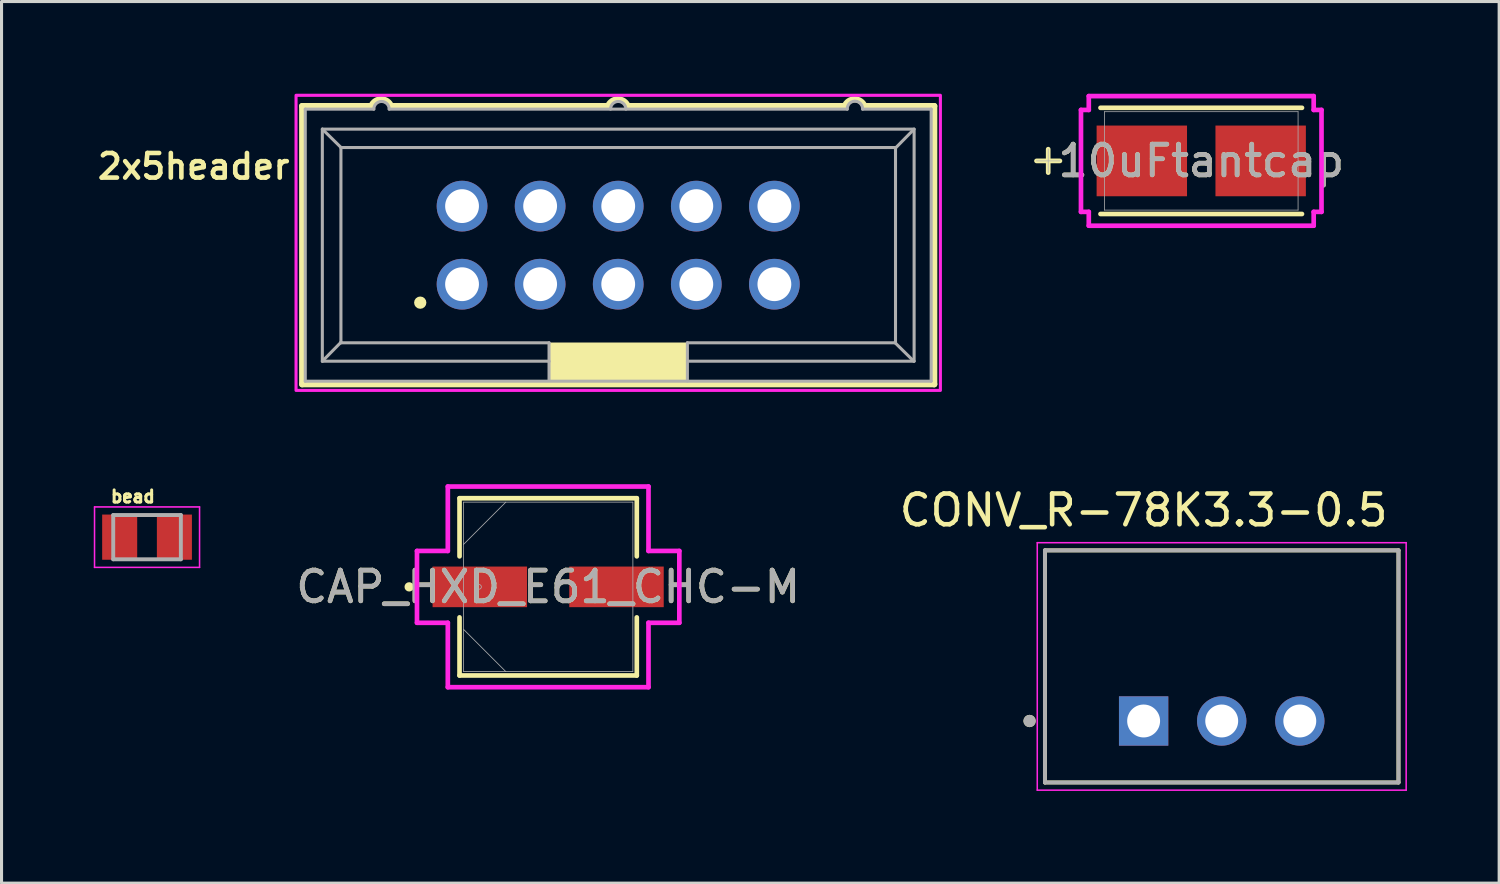
<source format=kicad_pcb>
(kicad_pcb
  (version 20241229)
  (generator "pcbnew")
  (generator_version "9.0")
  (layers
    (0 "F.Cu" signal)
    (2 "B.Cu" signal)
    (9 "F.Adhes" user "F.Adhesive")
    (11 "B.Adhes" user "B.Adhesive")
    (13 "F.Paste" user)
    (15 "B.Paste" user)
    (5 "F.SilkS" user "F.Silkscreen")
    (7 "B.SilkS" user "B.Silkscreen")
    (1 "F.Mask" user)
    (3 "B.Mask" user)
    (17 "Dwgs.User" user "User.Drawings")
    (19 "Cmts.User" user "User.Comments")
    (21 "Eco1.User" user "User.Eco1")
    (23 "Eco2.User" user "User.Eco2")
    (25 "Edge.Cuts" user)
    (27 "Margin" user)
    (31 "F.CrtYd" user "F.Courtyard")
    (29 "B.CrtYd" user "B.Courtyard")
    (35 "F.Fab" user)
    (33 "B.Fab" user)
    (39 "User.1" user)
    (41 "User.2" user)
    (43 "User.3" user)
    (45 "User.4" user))
  (footprint "10uFtantcap"
    (layer "F.Cu")
    (at 36.025 2.184)
    (property "Reference" "10uFtantcap" (at 0 0 0) (unlocked yes) (layer "F.SilkS") (effects (font (size 1 1) (thickness 0.15))))
    (attr smd)
    (fp_line (start -4.978 -0.381) (end -4.978 0.381) (stroke (width 0.152) (type solid)) (layer "F.SilkS"))
    (fp_line (start -4.597 0) (end -5.359 0) (stroke (width 0.152) (type solid)) (layer "F.SilkS"))
    (fp_line (start -3.277 1.727) (end 3.277 1.727) (stroke (width 0.152) (type solid)) (layer "F.SilkS"))
    (fp_line (start 3.277 -1.727) (end -3.277 -1.727) (stroke (width 0.152) (type solid)) (layer "F.SilkS"))
    (fp_line (start -3.912 -1.658) (end -3.658 -1.658) (stroke (width 0.152) (type solid)) (layer "F.CrtYd"))
    (fp_line (start -3.912 1.658) (end -3.912 -1.658) (stroke (width 0.152) (type solid)) (layer "F.CrtYd"))
    (fp_line (start -3.658 -2.108) (end 3.658 -2.108) (stroke (width 0.152) (type solid)) (layer "F.CrtYd"))
    (fp_line (start -3.658 -1.658) (end -3.658 -2.108) (stroke (width 0.152) (type solid)) (layer "F.CrtYd"))
    (fp_line (start -3.658 1.658) (end -3.912 1.658) (stroke (width 0.152) (type solid)) (layer "F.CrtYd"))
    (fp_line (start -3.658 2.108) (end -3.658 1.658) (stroke (width 0.152) (type solid)) (layer "F.CrtYd"))
    (fp_line (start 3.658 -2.108) (end 3.658 -1.658) (stroke (width 0.152) (type solid)) (layer "F.CrtYd"))
    (fp_line (start 3.658 -1.658) (end 3.912 -1.658) (stroke (width 0.152) (type solid)) (layer "F.CrtYd"))
    (fp_line (start 3.658 1.658) (end 3.658 2.108) (stroke (width 0.152) (type solid)) (layer "F.CrtYd"))
    (fp_line (start 3.658 2.108) (end -3.658 2.108) (stroke (width 0.152) (type solid)) (layer "F.CrtYd"))
    (fp_line (start 3.912 -1.658) (end 3.912 1.658) (stroke (width 0.152) (type solid)) (layer "F.CrtYd"))
    (fp_line (start 3.912 1.658) (end 3.658 1.658) (stroke (width 0.152) (type solid)) (layer "F.CrtYd"))
    (fp_line (start -4.978 -0.381) (end -4.978 0.381) (stroke (width 0.025) (type solid)) (layer "F.Fab"))
    (fp_line (start -4.597 0) (end -5.359 0) (stroke (width 0.025) (type solid)) (layer "F.Fab"))
    (fp_line (start -3.15 -1.6) (end -3.15 1.6) (stroke (width 0.025) (type solid)) (layer "F.Fab"))
    (fp_line (start -3.15 1.6) (end 3.15 1.6) (stroke (width 0.025) (type solid)) (layer "F.Fab"))
    (fp_line (start 3.15 -1.6) (end -3.15 -1.6) (stroke (width 0.025) (type solid)) (layer "F.Fab"))
    (fp_line (start 3.15 1.6) (end 3.15 -1.6) (stroke (width 0.025) (type solid)) (layer "F.Fab"))
    (fp_text user "${REFERENCE}" (at 0 0 0) (unlocked yes) (layer "F.Fab") (effects (font (size 1 1) (thickness 0.15))))
    (pad "1" smd rect (at -1.933 0 90) (size 2.3 2.941) (layers "F.Cu" "F.Mask" "F.Paste"))
    (pad "2" smd rect (at 1.933 0 90) (size 2.3 2.941) (layers "F.Cu" "F.Mask" "F.Paste"))
    (zone (net_name "") (layer "F.Cu") (hatch full 0.508) (connect_pads) (min_thickness 0.254) (filled_areas_thickness no) (keepout (tracks not_allowed) (vias not_allowed) (pads allowed) (copperpour not_allowed) (footprints allowed)) (placement (enabled no)) (fill) (polygon (pts (xy 32.926 0.635) (xy 39.124 0.635) (xy 39.124 0.983) (xy 32.926 0.983))))
    (zone (net_name "") (layer "F.Cu") (hatch full 0.508) (connect_pads) (min_thickness 0.254) (filled_areas_thickness no) (keepout (tracks not_allowed) (vias not_allowed) (pads allowed) (copperpour not_allowed) (footprints allowed)) (placement (enabled no)) (fill) (polygon (pts (xy 32.926 3.385) (xy 39.124 3.385) (xy 39.124 3.733) (xy 32.926 3.733))))
    (zone (net_name "") (layer "F.Cu") (hatch full 0.508) (connect_pads) (min_thickness 0.254) (filled_areas_thickness no) (keepout (tracks not_allowed) (vias not_allowed) (pads allowed) (copperpour not_allowed) (footprints allowed)) (placement (enabled no)) (fill) (polygon (pts (xy 35.313 0.983) (xy 36.737 0.983) (xy 36.737 3.385) (xy 35.313 3.385)))))
  (footprint "CONV_R-78K3.3-0.5"
    (layer "F.Cu")
    (at 36.691 18.628)
    (property "Reference" "CONV_R-78K3.3-0.5" (at -2.54 -5.08 0) (layer "F.SilkS") (effects (font (size 1 1) (thickness 0.15))))
    (attr through_hole)
    (fp_line (start -5.75 -3.775) (end 5.75 -3.775) (stroke (width 0.127) (type solid)) (layer "F.SilkS"))
    (fp_line (start -5.75 3.775) (end -5.75 -3.775) (stroke (width 0.127) (type solid)) (layer "F.SilkS"))
    (fp_line (start 5.75 -3.775) (end 5.75 3.775) (stroke (width 0.127) (type solid)) (layer "F.SilkS"))
    (fp_line (start 5.75 3.775) (end -5.75 3.775) (stroke (width 0.127) (type solid)) (layer "F.SilkS"))
    (fp_circle (center -6.25 1.775) (end -6.15 1.775) (stroke (width 0.2) (type solid)) (fill no) (layer "F.SilkS"))
    (fp_line (start -6 -4.025) (end -6 4.025) (stroke (width 0.05) (type solid)) (layer "F.CrtYd"))
    (fp_line (start -6 4.025) (end 6 4.025) (stroke (width 0.05) (type solid)) (layer "F.CrtYd"))
    (fp_line (start 6 -4.025) (end -6 -4.025) (stroke (width 0.05) (type solid)) (layer "F.CrtYd"))
    (fp_line (start 6 4.025) (end 6 -4.025) (stroke (width 0.05) (type solid)) (layer "F.CrtYd"))
    (fp_line (start -5.75 -3.775) (end 5.75 -3.775) (stroke (width 0.127) (type solid)) (layer "F.Fab"))
    (fp_line (start -5.75 3.775) (end -5.75 -3.775) (stroke (width 0.127) (type solid)) (layer "F.Fab"))
    (fp_line (start 5.75 -3.775) (end 5.75 3.775) (stroke (width 0.127) (type solid)) (layer "F.Fab"))
    (fp_line (start 5.75 3.775) (end -5.75 3.775) (stroke (width 0.127) (type solid)) (layer "F.Fab"))
    (fp_circle (center -6.25 1.775) (end -6.15 1.775) (stroke (width 0.2) (type solid)) (fill no) (layer "F.Fab"))
    (pad "1" thru_hole rect (at -2.54 1.775) (size 1.605 1.605) (drill 1.07) (layers "*.Cu" "*.Mask"))
    (pad "2" thru_hole circle (at 0 1.775) (size 1.605 1.605) (drill 1.07) (layers "*.Cu" "*.Mask"))
    (pad "3" thru_hole circle (at 2.54 1.775) (size 1.605 1.605) (drill 1.07) (layers "*.Cu" "*.Mask")))
  (footprint "bead"
    (layer "F.Cu")
    (at 1.733 14.423)
    (property "Reference" "bead" (at -0.46 -1.32 0) (layer "F.SilkS") (effects (font (size 0.394 0.394) (thickness 0.098))))
    (attr smd)
    (fp_line (start -1.708 -0.983) (end 1.708 -0.983) (stroke (width 0.05) (type solid)) (layer "F.CrtYd"))
    (fp_line (start -1.708 0.983) (end -1.708 -0.983) (stroke (width 0.05) (type solid)) (layer "F.CrtYd"))
    (fp_line (start -1.708 0.983) (end 1.708 0.983) (stroke (width 0.05) (type solid)) (layer "F.CrtYd"))
    (fp_line (start 1.708 0.983) (end 1.708 -0.983) (stroke (width 0.05) (type solid)) (layer "F.CrtYd"))
    (fp_line (start -1.1 0.72) (end -1.1 -0.72) (stroke (width 0.127) (type solid)) (layer "F.Fab"))
    (fp_line (start 1.1 -0.72) (end -1.1 -0.72) (stroke (width 0.127) (type solid)) (layer "F.Fab"))
    (fp_line (start 1.1 0.72) (end -1.1 0.72) (stroke (width 0.127) (type solid)) (layer "F.Fab"))
    (fp_line (start 1.1 0.72) (end 1.1 -0.72) (stroke (width 0.127) (type solid)) (layer "F.Fab"))
    (pad "1" smd rect (at -0.89 0) (size 1.14 1.47) (layers "F.Cu" "F.Mask" "F.Paste"))
    (pad "2" smd rect (at 0.89 0) (size 1.14 1.47) (layers "F.Cu" "F.Mask" "F.Paste")))
  (footprint "CAP_HXD_E61_CHC-M"
    (layer "F.Cu")
    (at 14.781 16.04)
    (property "Reference" "CAP_HXD_E61_CHC-M" (at 0 0 0) (unlocked yes) (layer "F.SilkS") (effects (font (size 1 1) (thickness 0.15))))
    (attr smd)
    (fp_line (start -2.883 -2.883) (end -2.883 -0.993) (stroke (width 0.152) (type solid)) (layer "F.SilkS"))
    (fp_line (start -2.883 0.993) (end -2.883 2.883) (stroke (width 0.152) (type solid)) (layer "F.SilkS"))
    (fp_line (start -2.883 2.883) (end 2.883 2.883) (stroke (width 0.152) (type solid)) (layer "F.SilkS"))
    (fp_line (start 2.883 -2.883) (end -2.883 -2.883) (stroke (width 0.152) (type solid)) (layer "F.SilkS"))
    (fp_line (start 2.883 -0.993) (end 2.883 -2.883) (stroke (width 0.152) (type solid)) (layer "F.SilkS"))
    (fp_line (start 2.883 2.883) (end 2.883 0.993) (stroke (width 0.152) (type solid)) (layer "F.SilkS"))
    (fp_circle (center -4.521 0) (end -4.445 0) (stroke (width 0.152) (type solid)) (fill no) (layer "F.SilkS"))
    (fp_line (start -4.267 -1.168) (end -3.264 -1.168) (stroke (width 0.152) (type solid)) (layer "F.CrtYd"))
    (fp_line (start -4.267 1.168) (end -4.267 -1.168) (stroke (width 0.152) (type solid)) (layer "F.CrtYd"))
    (fp_line (start -3.264 -3.264) (end 3.264 -3.264) (stroke (width 0.152) (type solid)) (layer "F.CrtYd"))
    (fp_line (start -3.264 -1.168) (end -3.264 -3.264) (stroke (width 0.152) (type solid)) (layer "F.CrtYd"))
    (fp_line (start -3.264 1.168) (end -4.267 1.168) (stroke (width 0.152) (type solid)) (layer "F.CrtYd"))
    (fp_line (start -3.264 3.264) (end -3.264 1.168) (stroke (width 0.152) (type solid)) (layer "F.CrtYd"))
    (fp_line (start 3.264 -3.264) (end 3.264 -1.168) (stroke (width 0.152) (type solid)) (layer "F.CrtYd"))
    (fp_line (start 3.264 -1.168) (end 4.267 -1.168) (stroke (width 0.152) (type solid)) (layer "F.CrtYd"))
    (fp_line (start 3.264 1.168) (end 3.264 3.264) (stroke (width 0.152) (type solid)) (layer "F.CrtYd"))
    (fp_line (start 3.264 3.264) (end -3.264 3.264) (stroke (width 0.152) (type solid)) (layer "F.CrtYd"))
    (fp_line (start 4.267 -1.168) (end 4.267 1.168) (stroke (width 0.152) (type solid)) (layer "F.CrtYd"))
    (fp_line (start 4.267 1.168) (end 3.264 1.168) (stroke (width 0.152) (type solid)) (layer "F.CrtYd"))
    (fp_line (start -2.756 -2.756) (end -2.756 2.756) (stroke (width 0.025) (type solid)) (layer "F.Fab"))
    (fp_line (start -2.756 -1.378) (end -1.378 -2.756) (stroke (width 0.025) (type solid)) (layer "F.Fab"))
    (fp_line (start -2.756 1.378) (end -1.378 2.756) (stroke (width 0.025) (type solid)) (layer "F.Fab"))
    (fp_line (start -2.756 2.756) (end 2.756 2.756) (stroke (width 0.025) (type solid)) (layer "F.Fab"))
    (fp_line (start 2.756 -2.756) (end -2.756 -2.756) (stroke (width 0.025) (type solid)) (layer "F.Fab"))
    (fp_line (start 2.756 2.756) (end 2.756 -2.756) (stroke (width 0.025) (type solid)) (layer "F.Fab"))
    (fp_circle (center -2.248 0) (end -2.172 0) (stroke (width 0.025) (type solid)) (fill no) (layer "F.Fab"))
    (fp_text user "${REFERENCE}" (at 0 0 0) (unlocked yes) (layer "F.Fab") (effects (font (size 1 1) (thickness 0.15))))
    (pad "1" smd rect (at -2.223 0) (size 3.073 1.321) (layers "F.Cu" "F.Mask" "F.Paste"))
    (pad "2" smd rect (at 2.223 0) (size 3.073 1.321) (layers "F.Cu" "F.Mask" "F.Paste"))
    (zone (net_name "") (layer "F.Cu") (hatch full 0.508) (connect_pads) (min_thickness 0.254) (filled_areas_thickness no) (keepout (tracks not_allowed) (vias not_allowed) (pads allowed) (copperpour not_allowed) (footprints allowed)) (placement (enabled no)) (fill) (polygon (pts (xy 12.076 13.335) (xy 17.487 13.335) (xy 17.487 15.329) (xy 12.076 15.329))))
    (zone (net_name "") (layer "F.Cu") (hatch full 0.508) (connect_pads) (min_thickness 0.254) (filled_areas_thickness no) (keepout (tracks not_allowed) (vias not_allowed) (pads allowed) (copperpour not_allowed) (footprints allowed)) (placement (enabled no)) (fill) (polygon (pts (xy 12.076 16.751) (xy 17.487 16.751) (xy 17.487 18.745) (xy 12.076 18.745))))
    (zone (net_name "") (layer "F.Cu") (hatch full 0.508) (connect_pads) (min_thickness 0.254) (filled_areas_thickness no) (keepout (tracks not_allowed) (vias not_allowed) (pads allowed) (copperpour not_allowed) (footprints allowed)) (placement (enabled no)) (fill) (polygon (pts (xy 14.146 15.329) (xy 15.416 15.329) (xy 15.416 16.751) (xy 14.146 16.751)))))
  (footprint "2x5header"
    (layer "F.Cu")
    (at 17.06 4.925)
    (property "Reference" "2x5header" (at -13.81 -2.561 0) (layer "F.SilkS") (effects (font (size 0.8 0.8) (thickness 0.15))))
    (attr through_hole)
    (fp_line (start -10.28 -4.525) (end -10.28 4.525) (stroke (width 0.2) (type solid)) (layer "F.SilkS"))
    (fp_line (start -10.28 4.525) (end 10.28 4.525) (stroke (width 0.2) (type solid)) (layer "F.SilkS"))
    (fp_line (start -8.03 -4.525) (end -10.28 -4.525) (stroke (width 0.2) (type solid)) (layer "F.SilkS"))
    (fp_line (start -0.33 -4.525) (end -7.39 -4.525) (stroke (width 0.2) (type solid)) (layer "F.SilkS"))
    (fp_line (start 7.37 -4.525) (end 0.31 -4.525) (stroke (width 0.2) (type solid)) (layer "F.SilkS"))
    (fp_line (start 8.01 -4.525) (end 10.28 -4.525) (stroke (width 0.2) (type solid)) (layer "F.SilkS"))
    (fp_line (start 10.28 4.525) (end 10.28 -4.525) (stroke (width 0.2) (type solid)) (layer "F.SilkS"))
    (fp_arc (start -8.03 -4.525) (mid -7.71 -4.743548) (end -7.39 -4.525) (stroke (width 0.2) (type solid)) (layer "F.SilkS"))
    (fp_arc (start -0.33 -4.525) (mid -0.01 -4.743548) (end 0.31 -4.525) (stroke (width 0.2) (type solid)) (layer "F.SilkS"))
    (fp_arc (start 7.37 -4.525) (mid 7.69 -4.743548) (end 8.01 -4.525) (stroke (width 0.2) (type solid)) (layer "F.SilkS"))
    (fp_circle (center -6.44 1.87) (end -6.34 1.87) (stroke (width 0.2) (type solid)) (fill no) (layer "F.SilkS"))
    (fp_poly (pts (xy -2.25 3.175) (xy 2.25 3.175) (xy 2.25 4.425) (xy -2.25 4.425)) (stroke (width 0.01) (type solid)) (fill yes) (layer "F.SilkS"))
    (fp_poly (pts (xy -10.48 -4.875) (xy 10.48 -4.875) (xy 10.48 4.725) (xy -10.48 4.725)) (stroke (width 0.1) (type solid)) (fill no) (layer "F.CrtYd"))
    (fp_line (start -10.18 -4.425) (end -7.95 -4.425) (stroke (width 0.1) (type solid)) (layer "F.Fab"))
    (fp_line (start -10.18 4.425) (end -10.18 -4.425) (stroke (width 0.1) (type solid)) (layer "F.Fab"))
    (fp_line (start -9.625 -3.775) (end 9.625 -3.775) (stroke (width 0.1) (type solid)) (layer "F.Fab"))
    (fp_line (start -9.625 3.775) (end -9.625 -3.775) (stroke (width 0.1) (type solid)) (layer "F.Fab"))
    (fp_line (start -9.02 -3.175) (end 9.02 -3.175) (stroke (width 0.1) (type solid)) (layer "F.Fab"))
    (fp_line (start -9.02 3.16) (end -9.62 3.77) (stroke (width 0.1) (type solid)) (layer "F.Fab"))
    (fp_line (start -9.02 3.16) (end -9.02 -3.175) (stroke (width 0.1) (type solid)) (layer "F.Fab"))
    (fp_line (start -9.02 3.175) (end -9.02 3.16) (stroke (width 0.1) (type solid)) (layer "F.Fab"))
    (fp_line (start -9.01 -3.17) (end -9.62 -3.77) (stroke (width 0.1) (type solid)) (layer "F.Fab"))
    (fp_line (start -7.45 -4.425) (end 7.45 -4.425) (stroke (width 0.1) (type solid)) (layer "F.Fab"))
    (fp_line (start -2.25 3.175) (end -9.02 3.175) (stroke (width 0.1) (type solid)) (layer "F.Fab"))
    (fp_line (start -2.25 3.175) (end -2.25 3.775) (stroke (width 0.1) (type solid)) (layer "F.Fab"))
    (fp_line (start -2.25 3.775) (end -9.625 3.775) (stroke (width 0.1) (type solid)) (layer "F.Fab"))
    (fp_line (start -2.25 3.795) (end -2.25 4.395) (stroke (width 0.1) (type solid)) (layer "F.Fab"))
    (fp_line (start 2.25 3.175) (end 2.25 3.775) (stroke (width 0.1) (type solid)) (layer "F.Fab"))
    (fp_line (start 2.25 3.815) (end 2.25 4.415) (stroke (width 0.1) (type solid)) (layer "F.Fab"))
    (fp_line (start 7.95 -4.425) (end 10.18 -4.425) (stroke (width 0.1) (type solid)) (layer "F.Fab"))
    (fp_line (start 9 3.17) (end 9.61 3.77) (stroke (width 0.1) (type solid)) (layer "F.Fab"))
    (fp_line (start 9.01 -3.15) (end 9.61 -3.76) (stroke (width 0.1) (type solid)) (layer "F.Fab"))
    (fp_line (start 9.02 -3.175) (end 9.02 3.175) (stroke (width 0.1) (type solid)) (layer "F.Fab"))
    (fp_line (start 9.02 3.175) (end 2.25 3.175) (stroke (width 0.1) (type solid)) (layer "F.Fab"))
    (fp_line (start 9.625 -3.775) (end 9.625 3.775) (stroke (width 0.1) (type solid)) (layer "F.Fab"))
    (fp_line (start 9.625 3.775) (end 2.25 3.775) (stroke (width 0.1) (type solid)) (layer "F.Fab"))
    (fp_line (start 10.18 -4.425) (end 10.18 4.425) (stroke (width 0.1) (type solid)) (layer "F.Fab"))
    (fp_line (start 10.18 4.425) (end -10.18 4.425) (stroke (width 0.1) (type solid)) (layer "F.Fab"))
    (fp_arc (start -7.95 -4.425) (mid -7.7 -4.68005) (end -7.45 -4.425) (stroke (width 0.1) (type solid)) (layer "F.Fab"))
    (fp_arc (start -0.25 -4.425) (mid 0 -4.68005) (end 0.25 -4.425) (stroke (width 0.1) (type solid)) (layer "F.Fab"))
    (fp_arc (start 7.45 -4.425) (mid 7.7 -4.685196) (end 7.95 -4.425) (stroke (width 0.1) (type solid)) (layer "F.Fab"))
    (pad "1" thru_hole circle (at -5.08 1.27) (size 1.65 1.65) (drill 1.1) (layers "*.Cu" "*.Mask"))
    (pad "2" thru_hole circle (at -5.08 -1.27) (size 1.65 1.65) (drill 1.1) (layers "*.Cu" "*.Mask"))
    (pad "3" thru_hole circle (at -2.54 1.27) (size 1.65 1.65) (drill 1.1) (layers "*.Cu" "*.Mask"))
    (pad "4" thru_hole circle (at -2.54 -1.27) (size 1.65 1.65) (drill 1.1) (layers "*.Cu" "*.Mask"))
    (pad "5" thru_hole circle (at 0 1.27) (size 1.65 1.65) (drill 1.1) (layers "*.Cu" "*.Mask"))
    (pad "6" thru_hole circle (at 0 -1.27) (size 1.65 1.65) (drill 1.1) (layers "*.Cu" "*.Mask"))
    (pad "7" thru_hole circle (at 2.54 1.27) (size 1.65 1.65) (drill 1.1) (layers "*.Cu" "*.Mask"))
    (pad "8" thru_hole circle (at 2.54 -1.27) (size 1.65 1.65) (drill 1.1) (layers "*.Cu" "*.Mask"))
    (pad "9" thru_hole circle (at 5.08 1.27) (size 1.65 1.65) (drill 1.1) (layers "*.Cu" "*.Mask"))
    (pad "10" thru_hole circle (at 5.08 -1.27) (size 1.65 1.65) (drill 1.1) (layers "*.Cu" "*.Mask")))
  (gr_rect
    (start -3 -3)
    (end 45.716 25.678)
    (stroke (width 0.1) (type default))
    (fill no)
    (layer "Edge.Cuts")))
</source>
